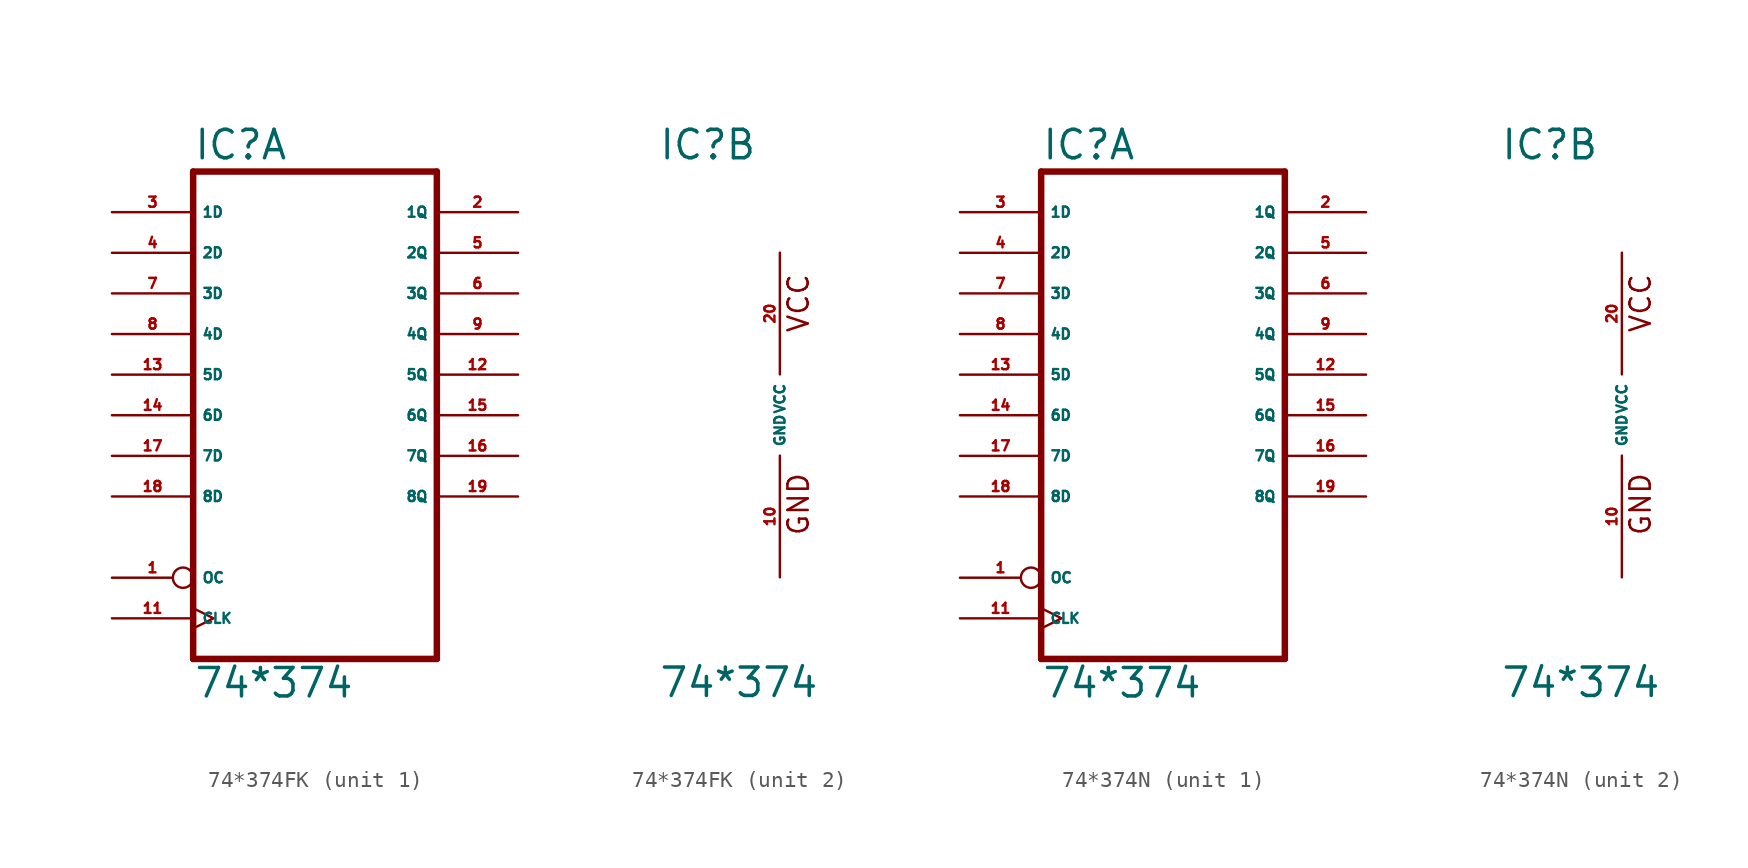
<source format=kicad_sym>
(kicad_symbol_lib
  (version 20220914)
  (generator Eagle2Kicad)
  (symbol "74*374FK"
    (property "Reference" "IC"
      (at -7.62 15.875 0)
      (effects (font (size 1.778 1.778) (thickness 0.22)) (justify left bottom)))
    (property "Value" "74*374"
      (at -7.62 -17.78 0)
      (effects (font (size 1.778 1.778) (thickness 0.22)) (justify left bottom)))
    (symbol "74*374FK_1_0"
      (polyline (pts (xy -7.62 -15.24) (xy 7.62 -15.24)) (stroke (width 0.406) (type default)) (fill (type none)))
      (polyline (pts (xy 7.62 -15.24) (xy 7.62 15.24)) (stroke (width 0.406) (type default)) (fill (type none)))
      (polyline (pts (xy 7.62 15.24) (xy -7.62 15.24)) (stroke (width 0.406) (type default)) (fill (type none)))
      (polyline (pts (xy -7.62 15.24) (xy -7.62 -15.24)) (stroke (width 0.406) (type default)) (fill (type none)))
      (pin input inverted (at -12.7 -10.16 0) (length 5.08) (name "OC" (effects (font (size 0.635 0.635) (thickness 0.08)) (justify left bottom))) (number "1" (effects (font (size 0.635 0.635) (thickness 0.08)) (justify left bottom))))
      (pin tri_state line (at 12.7 12.7 180) (length 5.08) (name "1Q" (effects (font (size 0.635 0.635) (thickness 0.08)) (justify left bottom))) (number "2" (effects (font (size 0.635 0.635) (thickness 0.08)) (justify left bottom))))
      (pin input line (at -12.7 12.7 0) (length 5.08) (name "1D" (effects (font (size 0.635 0.635) (thickness 0.08)) (justify left bottom))) (number "3" (effects (font (size 0.635 0.635) (thickness 0.08)) (justify left bottom))))
      (pin input line (at -12.7 10.16 0) (length 5.08) (name "2D" (effects (font (size 0.635 0.635) (thickness 0.08)) (justify left bottom))) (number "4" (effects (font (size 0.635 0.635) (thickness 0.08)) (justify left bottom))))
      (pin tri_state line (at 12.7 10.16 180) (length 5.08) (name "2Q" (effects (font (size 0.635 0.635) (thickness 0.08)) (justify left bottom))) (number "5" (effects (font (size 0.635 0.635) (thickness 0.08)) (justify left bottom))))
      (pin tri_state line (at 12.7 7.62 180) (length 5.08) (name "3Q" (effects (font (size 0.635 0.635) (thickness 0.08)) (justify left bottom))) (number "6" (effects (font (size 0.635 0.635) (thickness 0.08)) (justify left bottom))))
      (pin input line (at -12.7 7.62 0) (length 5.08) (name "3D" (effects (font (size 0.635 0.635) (thickness 0.08)) (justify left bottom))) (number "7" (effects (font (size 0.635 0.635) (thickness 0.08)) (justify left bottom))))
      (pin input line (at -12.7 5.08 0) (length 5.08) (name "4D" (effects (font (size 0.635 0.635) (thickness 0.08)) (justify left bottom))) (number "8" (effects (font (size 0.635 0.635) (thickness 0.08)) (justify left bottom))))
      (pin tri_state line (at 12.7 5.08 180) (length 5.08) (name "4Q" (effects (font (size 0.635 0.635) (thickness 0.08)) (justify left bottom))) (number "9" (effects (font (size 0.635 0.635) (thickness 0.08)) (justify left bottom))))
      (pin input clock (at -12.7 -12.7 0) (length 5.08) (name "CLK" (effects (font (size 0.635 0.635) (thickness 0.08)) (justify left bottom))) (number "11" (effects (font (size 0.635 0.635) (thickness 0.08)) (justify left bottom))))
      (pin tri_state line (at 12.7 2.54 180) (length 5.08) (name "5Q" (effects (font (size 0.635 0.635) (thickness 0.08)) (justify left bottom))) (number "12" (effects (font (size 0.635 0.635) (thickness 0.08)) (justify left bottom))))
      (pin input line (at -12.7 2.54 0) (length 5.08) (name "5D" (effects (font (size 0.635 0.635) (thickness 0.08)) (justify left bottom))) (number "13" (effects (font (size 0.635 0.635) (thickness 0.08)) (justify left bottom))))
      (pin input line (at -12.7 0 0) (length 5.08) (name "6D" (effects (font (size 0.635 0.635) (thickness 0.08)) (justify left bottom))) (number "14" (effects (font (size 0.635 0.635) (thickness 0.08)) (justify left bottom))))
      (pin tri_state line (at 12.7 0 180) (length 5.08) (name "6Q" (effects (font (size 0.635 0.635) (thickness 0.08)) (justify left bottom))) (number "15" (effects (font (size 0.635 0.635) (thickness 0.08)) (justify left bottom))))
      (pin tri_state line (at 12.7 -2.54 180) (length 5.08) (name "7Q" (effects (font (size 0.635 0.635) (thickness 0.08)) (justify left bottom))) (number "16" (effects (font (size 0.635 0.635) (thickness 0.08)) (justify left bottom))))
      (pin input line (at -12.7 -2.54 0) (length 5.08) (name "7D" (effects (font (size 0.635 0.635) (thickness 0.08)) (justify left bottom))) (number "17" (effects (font (size 0.635 0.635) (thickness 0.08)) (justify left bottom))))
      (pin input line (at -12.7 -5.08 0) (length 5.08) (name "8D" (effects (font (size 0.635 0.635) (thickness 0.08)) (justify left bottom))) (number "18" (effects (font (size 0.635 0.635) (thickness 0.08)) (justify left bottom))))
      (pin tri_state line (at 12.7 -5.08 180) (length 5.08) (name "8Q" (effects (font (size 0.635 0.635) (thickness 0.08)) (justify left bottom))) (number "19" (effects (font (size 0.635 0.635) (thickness 0.08)) (justify left bottom)))))
    (symbol "74*374FK_2_0"
      (text "GND" (at 1.905 -7.62 900) (effects (font (size 1.27 1.27) (thickness 0.16)) (justify left bottom)))
      (text "VCC" (at 1.905 5.08 900) (effects (font (size 1.27 1.27) (thickness 0.16)) (justify left bottom)))
      (pin unspecified line (at 0 -10.16 90) (length 7.62) (name "GND" (effects (font (size 0.635 0.635) (thickness 0.08)) (justify left bottom))) (number "10" (effects (font (size 0.635 0.635) (thickness 0.08)) (justify left bottom))))
      (pin unspecified line (at 0 10.16 270) (length 7.62) (name "VCC" (effects (font (size 0.635 0.635) (thickness 0.08)) (justify left bottom))) (number "20" (effects (font (size 0.635 0.635) (thickness 0.08)) (justify left bottom))))))
  (symbol "74*374N"
    (property "Reference" "IC"
      (at -7.62 15.875 0)
      (effects (font (size 1.778 1.778) (thickness 0.22)) (justify left bottom)))
    (property "Value" "74*374"
      (at -7.62 -17.78 0)
      (effects (font (size 1.778 1.778) (thickness 0.22)) (justify left bottom)))
    (symbol "74*374N_1_0"
      (polyline (pts (xy -7.62 -15.24) (xy 7.62 -15.24)) (stroke (width 0.406) (type default)) (fill (type none)))
      (polyline (pts (xy 7.62 -15.24) (xy 7.62 15.24)) (stroke (width 0.406) (type default)) (fill (type none)))
      (polyline (pts (xy 7.62 15.24) (xy -7.62 15.24)) (stroke (width 0.406) (type default)) (fill (type none)))
      (polyline (pts (xy -7.62 15.24) (xy -7.62 -15.24)) (stroke (width 0.406) (type default)) (fill (type none)))
      (pin input inverted (at -12.7 -10.16 0) (length 5.08) (name "OC" (effects (font (size 0.635 0.635) (thickness 0.08)) (justify left bottom))) (number "1" (effects (font (size 0.635 0.635) (thickness 0.08)) (justify left bottom))))
      (pin tri_state line (at 12.7 12.7 180) (length 5.08) (name "1Q" (effects (font (size 0.635 0.635) (thickness 0.08)) (justify left bottom))) (number "2" (effects (font (size 0.635 0.635) (thickness 0.08)) (justify left bottom))))
      (pin input line (at -12.7 12.7 0) (length 5.08) (name "1D" (effects (font (size 0.635 0.635) (thickness 0.08)) (justify left bottom))) (number "3" (effects (font (size 0.635 0.635) (thickness 0.08)) (justify left bottom))))
      (pin input line (at -12.7 10.16 0) (length 5.08) (name "2D" (effects (font (size 0.635 0.635) (thickness 0.08)) (justify left bottom))) (number "4" (effects (font (size 0.635 0.635) (thickness 0.08)) (justify left bottom))))
      (pin tri_state line (at 12.7 10.16 180) (length 5.08) (name "2Q" (effects (font (size 0.635 0.635) (thickness 0.08)) (justify left bottom))) (number "5" (effects (font (size 0.635 0.635) (thickness 0.08)) (justify left bottom))))
      (pin tri_state line (at 12.7 7.62 180) (length 5.08) (name "3Q" (effects (font (size 0.635 0.635) (thickness 0.08)) (justify left bottom))) (number "6" (effects (font (size 0.635 0.635) (thickness 0.08)) (justify left bottom))))
      (pin input line (at -12.7 7.62 0) (length 5.08) (name "3D" (effects (font (size 0.635 0.635) (thickness 0.08)) (justify left bottom))) (number "7" (effects (font (size 0.635 0.635) (thickness 0.08)) (justify left bottom))))
      (pin input line (at -12.7 5.08 0) (length 5.08) (name "4D" (effects (font (size 0.635 0.635) (thickness 0.08)) (justify left bottom))) (number "8" (effects (font (size 0.635 0.635) (thickness 0.08)) (justify left bottom))))
      (pin tri_state line (at 12.7 5.08 180) (length 5.08) (name "4Q" (effects (font (size 0.635 0.635) (thickness 0.08)) (justify left bottom))) (number "9" (effects (font (size 0.635 0.635) (thickness 0.08)) (justify left bottom))))
      (pin input clock (at -12.7 -12.7 0) (length 5.08) (name "CLK" (effects (font (size 0.635 0.635) (thickness 0.08)) (justify left bottom))) (number "11" (effects (font (size 0.635 0.635) (thickness 0.08)) (justify left bottom))))
      (pin tri_state line (at 12.7 2.54 180) (length 5.08) (name "5Q" (effects (font (size 0.635 0.635) (thickness 0.08)) (justify left bottom))) (number "12" (effects (font (size 0.635 0.635) (thickness 0.08)) (justify left bottom))))
      (pin input line (at -12.7 2.54 0) (length 5.08) (name "5D" (effects (font (size 0.635 0.635) (thickness 0.08)) (justify left bottom))) (number "13" (effects (font (size 0.635 0.635) (thickness 0.08)) (justify left bottom))))
      (pin input line (at -12.7 0 0) (length 5.08) (name "6D" (effects (font (size 0.635 0.635) (thickness 0.08)) (justify left bottom))) (number "14" (effects (font (size 0.635 0.635) (thickness 0.08)) (justify left bottom))))
      (pin tri_state line (at 12.7 0 180) (length 5.08) (name "6Q" (effects (font (size 0.635 0.635) (thickness 0.08)) (justify left bottom))) (number "15" (effects (font (size 0.635 0.635) (thickness 0.08)) (justify left bottom))))
      (pin tri_state line (at 12.7 -2.54 180) (length 5.08) (name "7Q" (effects (font (size 0.635 0.635) (thickness 0.08)) (justify left bottom))) (number "16" (effects (font (size 0.635 0.635) (thickness 0.08)) (justify left bottom))))
      (pin input line (at -12.7 -2.54 0) (length 5.08) (name "7D" (effects (font (size 0.635 0.635) (thickness 0.08)) (justify left bottom))) (number "17" (effects (font (size 0.635 0.635) (thickness 0.08)) (justify left bottom))))
      (pin input line (at -12.7 -5.08 0) (length 5.08) (name "8D" (effects (font (size 0.635 0.635) (thickness 0.08)) (justify left bottom))) (number "18" (effects (font (size 0.635 0.635) (thickness 0.08)) (justify left bottom))))
      (pin tri_state line (at 12.7 -5.08 180) (length 5.08) (name "8Q" (effects (font (size 0.635 0.635) (thickness 0.08)) (justify left bottom))) (number "19" (effects (font (size 0.635 0.635) (thickness 0.08)) (justify left bottom)))))
    (symbol "74*374N_2_0"
      (text "GND" (at 1.905 -7.62 900) (effects (font (size 1.27 1.27) (thickness 0.16)) (justify left bottom)))
      (text "VCC" (at 1.905 5.08 900) (effects (font (size 1.27 1.27) (thickness 0.16)) (justify left bottom)))
      (pin unspecified line (at 0 -10.16 90) (length 7.62) (name "GND" (effects (font (size 0.635 0.635) (thickness 0.08)) (justify left bottom))) (number "10" (effects (font (size 0.635 0.635) (thickness 0.08)) (justify left bottom))))
      (pin unspecified line (at 0 10.16 270) (length 7.62) (name "VCC" (effects (font (size 0.635 0.635) (thickness 0.08)) (justify left bottom))) (number "20" (effects (font (size 0.635 0.635) (thickness 0.08)) (justify left bottom)))))))
</source>
